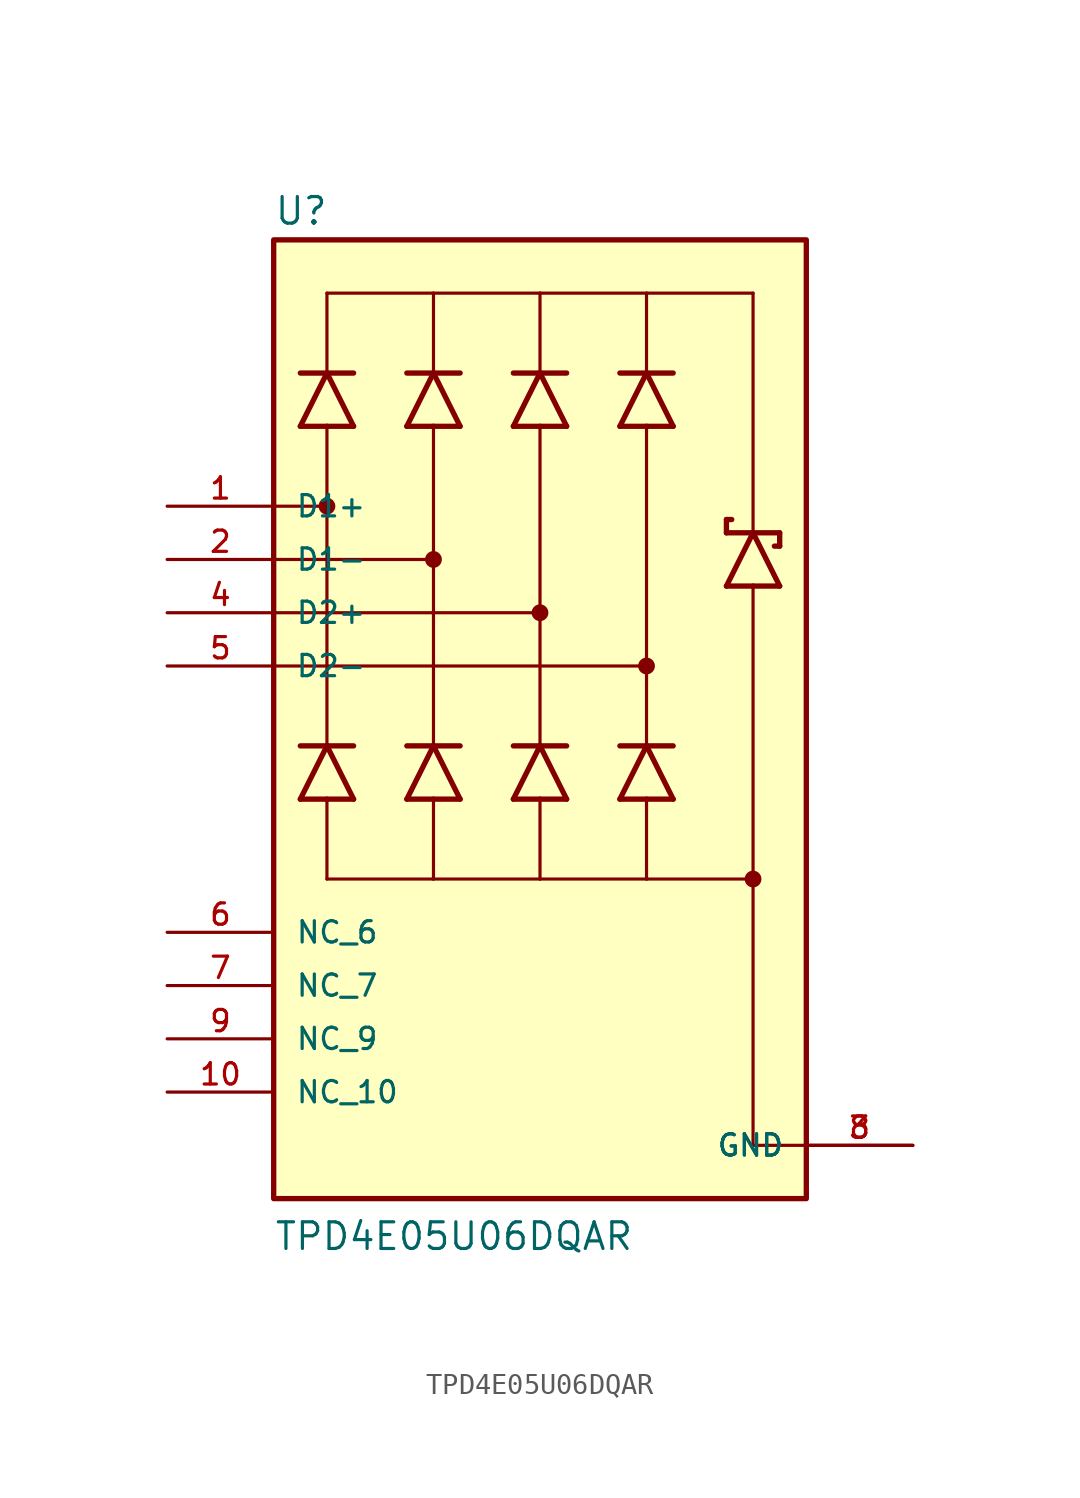
<source format=kicad_sym>
(kicad_symbol_lib
  (version 20211014)
  (generator kicad_symbol_editor)
  (symbol "TPD4E05U06DQAR"
    (pin_names
      (offset 1.016))
    (property "Reference" "U"
      (at -12.7 23.495 0)
      (effects (font (size 1.27 1.27)) (justify bottom left)))
    (property "Value" "TPD4E05U06DQAR"
      (at -12.7 -25.4 0)
      (effects (font (size 1.27 1.27)) (justify bottom left)))
    (symbol "TPD4E05U06DQAR_0_0"
      (polyline (pts (xy 6.35 13.97) (xy 5.08 16.51)) (stroke (width 0.254)))
      (polyline (pts (xy 5.08 16.51) (xy 3.81 13.97)) (stroke (width 0.254)))
      (polyline (pts (xy 3.81 16.51) (xy 5.08 16.51)) (stroke (width 0.254)))
      (polyline (pts (xy 3.81 13.97) (xy 5.08 13.97)) (stroke (width 0.254)))
      (polyline (pts (xy 5.08 13.97) (xy 6.35 13.97)) (stroke (width 0.254)))
      (polyline (pts (xy 5.08 16.51) (xy 6.35 16.51)) (stroke (width 0.254)))
      (polyline (pts (xy 6.35 -3.81) (xy 5.08 -1.27)) (stroke (width 0.254)))
      (polyline (pts (xy 5.08 -1.27) (xy 3.81 -3.81)) (stroke (width 0.254)))
      (polyline (pts (xy 3.81 -1.27) (xy 5.08 -1.27)) (stroke (width 0.254)))
      (polyline (pts (xy 3.81 -3.81) (xy 5.08 -3.81)) (stroke (width 0.254)))
      (polyline (pts (xy 5.08 -3.81) (xy 6.35 -3.81)) (stroke (width 0.254)))
      (polyline (pts (xy 5.08 -1.27) (xy 6.35 -1.27)) (stroke (width 0.254)))
      (polyline (pts (xy 11.43 6.35) (xy 10.16 8.89)) (stroke (width 0.254)))
      (polyline (pts (xy 10.16 8.89) (xy 8.89 6.35)) (stroke (width 0.254)))
      (polyline (pts (xy 8.89 9.525) (xy 8.89 8.89)) (stroke (width 0.254)))
      (polyline (pts (xy 8.89 8.89) (xy 10.16 8.89)) (stroke (width 0.254)))
      (polyline (pts (xy 8.89 6.35) (xy 10.16 6.35)) (stroke (width 0.254)))
      (polyline (pts (xy 10.16 6.35) (xy 11.43 6.35)) (stroke (width 0.254)))
      (polyline (pts (xy 10.16 8.89) (xy 11.43 8.89)) (stroke (width 0.254)))
      (polyline (pts (xy 8.89 9.525) (xy 9.144 9.525)) (stroke (width 0.254)))
      (polyline (pts (xy 11.43 8.89) (xy 11.43 8.255)) (stroke (width 0.254)))
      (polyline (pts (xy 11.176 8.255) (xy 11.43 8.255)) (stroke (width 0.254)))
      (polyline (pts (xy 1.27 13.97) (xy 0.0 16.51)) (stroke (width 0.254)))
      (polyline (pts (xy 0.0 16.51) (xy -1.27 13.97)) (stroke (width 0.254)))
      (polyline (pts (xy -1.27 16.51) (xy 0.0 16.51)) (stroke (width 0.254)))
      (polyline (pts (xy -1.27 13.97) (xy 0.0 13.97)) (stroke (width 0.254)))
      (polyline (pts (xy 0.0 13.97) (xy 1.27 13.97)) (stroke (width 0.254)))
      (polyline (pts (xy 0.0 16.51) (xy 1.27 16.51)) (stroke (width 0.254)))
      (polyline (pts (xy 1.27 -3.81) (xy 0.0 -1.27)) (stroke (width 0.254)))
      (polyline (pts (xy 0.0 -1.27) (xy -1.27 -3.81)) (stroke (width 0.254)))
      (polyline (pts (xy -1.27 -1.27) (xy 0.0 -1.27)) (stroke (width 0.254)))
      (polyline (pts (xy -1.27 -3.81) (xy 0.0 -3.81)) (stroke (width 0.254)))
      (polyline (pts (xy 0.0 -3.81) (xy 1.27 -3.81)) (stroke (width 0.254)))
      (polyline (pts (xy 0.0 -1.27) (xy 1.27 -1.27)) (stroke (width 0.254)))
      (polyline (pts (xy -3.81 13.97) (xy -5.08 16.51)) (stroke (width 0.254)))
      (polyline (pts (xy -5.08 16.51) (xy -6.35 13.97)) (stroke (width 0.254)))
      (polyline (pts (xy -6.35 16.51) (xy -5.08 16.51)) (stroke (width 0.254)))
      (polyline (pts (xy -6.35 13.97) (xy -5.08 13.97)) (stroke (width 0.254)))
      (polyline (pts (xy -5.08 13.97) (xy -3.81 13.97)) (stroke (width 0.254)))
      (polyline (pts (xy -5.08 16.51) (xy -3.81 16.51)) (stroke (width 0.254)))
      (polyline (pts (xy -3.81 -3.81) (xy -5.08 -1.27)) (stroke (width 0.254)))
      (polyline (pts (xy -5.08 -1.27) (xy -6.35 -3.81)) (stroke (width 0.254)))
      (polyline (pts (xy -6.35 -1.27) (xy -5.08 -1.27)) (stroke (width 0.254)))
      (polyline (pts (xy -6.35 -3.81) (xy -5.08 -3.81)) (stroke (width 0.254)))
      (polyline (pts (xy -5.08 -3.81) (xy -3.81 -3.81)) (stroke (width 0.254)))
      (polyline (pts (xy -5.08 -1.27) (xy -3.81 -1.27)) (stroke (width 0.254)))
      (polyline (pts (xy -8.89 13.97) (xy -10.16 16.51)) (stroke (width 0.254)))
      (polyline (pts (xy -10.16 16.51) (xy -11.43 13.97)) (stroke (width 0.254)))
      (polyline (pts (xy -11.43 16.51) (xy -10.16 16.51)) (stroke (width 0.254)))
      (polyline (pts (xy -11.43 13.97) (xy -10.16 13.97)) (stroke (width 0.254)))
      (polyline (pts (xy -10.16 13.97) (xy -8.89 13.97)) (stroke (width 0.254)))
      (polyline (pts (xy -10.16 16.51) (xy -8.89 16.51)) (stroke (width 0.254)))
      (polyline (pts (xy -8.89 -3.81) (xy -10.16 -1.27)) (stroke (width 0.254)))
      (polyline (pts (xy -10.16 -1.27) (xy -11.43 -3.81)) (stroke (width 0.254)))
      (polyline (pts (xy -11.43 -1.27) (xy -10.16 -1.27)) (stroke (width 0.254)))
      (polyline (pts (xy -11.43 -3.81) (xy -10.16 -3.81)) (stroke (width 0.254)))
      (polyline (pts (xy -10.16 -3.81) (xy -8.89 -3.81)) (stroke (width 0.254)))
      (polyline (pts (xy -10.16 -1.27) (xy -8.89 -1.27)) (stroke (width 0.254)))
      (polyline (pts (xy -10.16 -1.27) (xy -10.16 10.16)) (stroke (width 0.152)))
      (polyline (pts (xy -10.16 10.16) (xy -10.16 13.97)) (stroke (width 0.152)))
      (polyline (pts (xy -5.08 -1.27) (xy -5.08 7.62)) (stroke (width 0.152)))
      (polyline (pts (xy -5.08 7.62) (xy -5.08 13.97)) (stroke (width 0.152)))
      (polyline (pts (xy 0.0 -1.27) (xy 0.0 5.08)) (stroke (width 0.152)))
      (polyline (pts (xy 0.0 5.08) (xy 0.0 13.97)) (stroke (width 0.152)))
      (polyline (pts (xy 5.08 -1.27) (xy 5.08 2.54)) (stroke (width 0.152)))
      (polyline (pts (xy 5.08 2.54) (xy 5.08 13.97)) (stroke (width 0.152)))
      (polyline (pts (xy -10.16 -3.81) (xy -10.16 -7.62)) (stroke (width 0.152)))
      (polyline (pts (xy -10.16 -7.62) (xy -5.08 -7.62)) (stroke (width 0.152)))
      (polyline (pts (xy -5.08 -7.62) (xy 0.0 -7.62)) (stroke (width 0.152)))
      (polyline (pts (xy 0.0 -7.62) (xy 5.08 -7.62)) (stroke (width 0.152)))
      (polyline (pts (xy 5.08 -7.62) (xy 10.16 -7.62)) (stroke (width 0.152)))
      (polyline (pts (xy 10.16 -7.62) (xy 10.16 6.35)) (stroke (width 0.152)))
      (polyline (pts (xy -10.16 16.51) (xy -10.16 20.32)) (stroke (width 0.152)))
      (polyline (pts (xy -10.16 20.32) (xy -5.08 20.32)) (stroke (width 0.152)))
      (polyline (pts (xy -5.08 20.32) (xy 0.0 20.32)) (stroke (width 0.152)))
      (polyline (pts (xy 0.0 20.32) (xy 5.08 20.32)) (stroke (width 0.152)))
      (polyline (pts (xy 5.08 20.32) (xy 10.16 20.32)) (stroke (width 0.152)))
      (polyline (pts (xy 10.16 20.32) (xy 10.16 8.89)) (stroke (width 0.152)))
      (polyline (pts (xy -5.08 16.51) (xy -5.08 20.32)) (stroke (width 0.152)))
      (polyline (pts (xy 0.0 16.51) (xy 0.0 20.32)) (stroke (width 0.152)))
      (polyline (pts (xy 5.08 16.51) (xy 5.08 20.32)) (stroke (width 0.152)))
      (polyline (pts (xy -5.08 -3.81) (xy -5.08 -7.62)) (stroke (width 0.152)))
      (polyline (pts (xy 0.0 -3.81) (xy 0.0 -7.62)) (stroke (width 0.152)))
      (polyline (pts (xy 5.08 -3.81) (xy 5.08 -7.62)) (stroke (width 0.152)))
      (polyline (pts (xy -12.7 10.16) (xy -10.16 10.16)) (stroke (width 0.152)))
      (polyline (pts (xy -12.7 7.62) (xy -5.08 7.62)) (stroke (width 0.152)))
      (polyline (pts (xy -12.7 5.08) (xy 0.0 5.08)) (stroke (width 0.152)))
      (polyline (pts (xy -12.7 2.54) (xy 5.08 2.54)) (stroke (width 0.152)))
      (polyline (pts (xy 10.16 -7.62) (xy 10.16 -20.32)) (stroke (width 0.152)))
      (polyline (pts (xy 10.16 -20.32) (xy 12.7 -20.32)) (stroke (width 0.152)))
      (circle (center -5.08 7.62) (radius 0.2) (stroke (width 0.4)) (fill (type none)))
      (circle (center -10.16 10.16) (radius 0.2) (stroke (width 0.4)) (fill (type none)))
      (circle (center 0.0 5.08) (radius 0.2) (stroke (width 0.4)) (fill (type none)))
      (circle (center 5.08 2.54) (radius 0.2) (stroke (width 0.4)) (fill (type none)))
      (circle (center 10.16 -7.62) (radius 0.2) (stroke (width 0.4)) (fill (type none)))
      (rectangle (start -12.7 -22.86) (end 12.7 22.86) (stroke (width 0.254)) (fill (type background)))
      (pin bidirectional line (at -17.78 10.16 0) (length 5.08) (name "D1+" (effects (font (size 1.016 1.016)))) (number "1" (effects (font (size 1.016 1.016)))))
      (pin bidirectional line (at -17.78 7.62 0) (length 5.08) (name "D1-" (effects (font (size 1.016 1.016)))) (number "2" (effects (font (size 1.016 1.016)))))
      (pin bidirectional line (at -17.78 5.08 0) (length 5.08) (name "D2+" (effects (font (size 1.016 1.016)))) (number "4" (effects (font (size 1.016 1.016)))))
      (pin bidirectional line (at -17.78 2.54 0) (length 5.08) (name "D2-" (effects (font (size 1.016 1.016)))) (number "5" (effects (font (size 1.016 1.016)))))
      (pin power_in line (at 17.78 -20.32 180.0) (length 5.08) (name "GND" (effects (font (size 1.016 1.016)))) (number "3" (effects (font (size 1.016 1.016)))))
      (pin power_in line (at 17.78 -20.32 180.0) (length 5.08) (name "GND" (effects (font (size 1.016 1.016)))) (number "8" (effects (font (size 1.016 1.016)))))
      (pin passive line (at -17.78 -10.16 0) (length 5.08) (name "NC_6" (effects (font (size 1.016 1.016)))) (number "6" (effects (font (size 1.016 1.016)))))
      (pin passive line (at -17.78 -12.7 0) (length 5.08) (name "NC_7" (effects (font (size 1.016 1.016)))) (number "7" (effects (font (size 1.016 1.016)))))
      (pin passive line (at -17.78 -15.24 0) (length 5.08) (name "NC_9" (effects (font (size 1.016 1.016)))) (number "9" (effects (font (size 1.016 1.016)))))
      (pin passive line (at -17.78 -17.78 0) (length 5.08) (name "NC_10" (effects (font (size 1.016 1.016)))) (number "10" (effects (font (size 1.016 1.016))))))))
</source>
